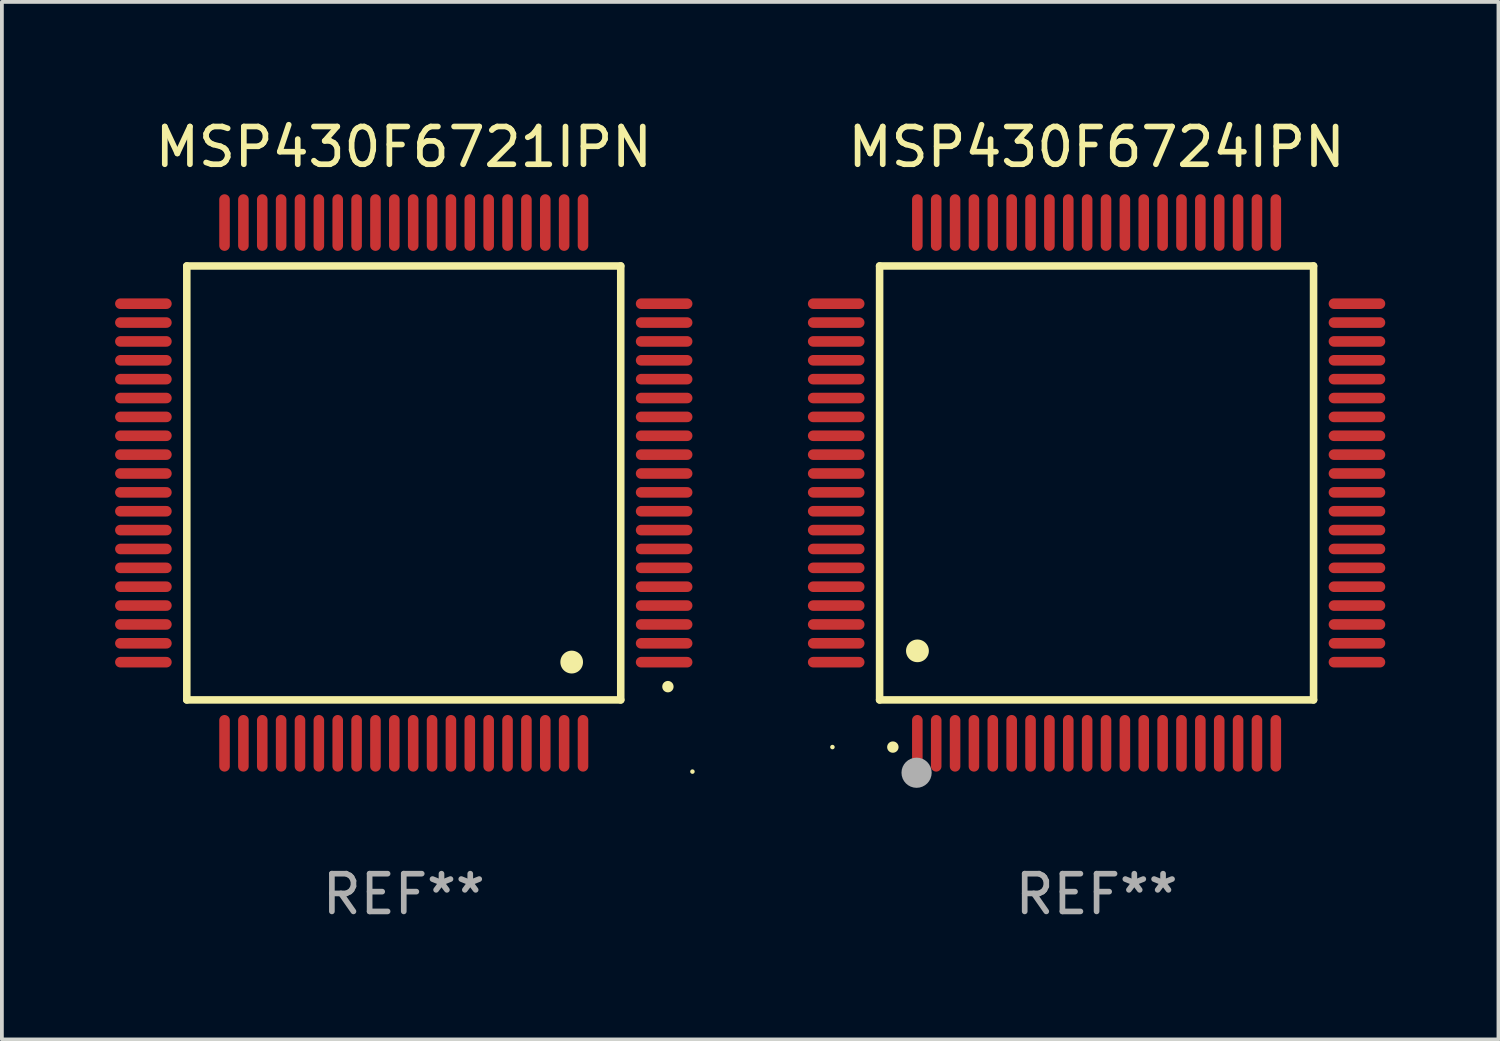
<source format=kicad_pcb>
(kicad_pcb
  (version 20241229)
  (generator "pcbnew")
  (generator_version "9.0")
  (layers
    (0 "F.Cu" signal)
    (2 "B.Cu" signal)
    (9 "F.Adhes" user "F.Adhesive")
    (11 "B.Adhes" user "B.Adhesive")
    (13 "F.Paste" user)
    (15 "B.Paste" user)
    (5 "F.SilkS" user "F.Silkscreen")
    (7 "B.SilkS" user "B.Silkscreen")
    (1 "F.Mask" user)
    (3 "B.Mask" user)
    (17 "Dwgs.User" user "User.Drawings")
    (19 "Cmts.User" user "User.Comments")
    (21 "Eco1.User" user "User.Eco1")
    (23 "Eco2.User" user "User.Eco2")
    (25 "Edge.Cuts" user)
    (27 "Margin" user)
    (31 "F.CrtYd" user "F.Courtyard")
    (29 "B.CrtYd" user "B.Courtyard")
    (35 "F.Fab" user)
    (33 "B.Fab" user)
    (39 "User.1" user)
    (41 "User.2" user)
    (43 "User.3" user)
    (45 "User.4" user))
  (footprint "MSP430F6721IPN"
    (layer "F.Cu")
    (at 7.65 9.748)
    (property "Reference" "MSP430F6721IPN" (at 0 -8.9 0) (layer "F.SilkS") (effects (font (size 1 1) (thickness 0.15))))
    (attr through_hole)
    (fp_line (start -5.75 -5.75) (end 5.75 -5.75) (stroke (width 0.2) (type solid)) (layer "F.SilkS"))
    (fp_line (start -5.75 5.75) (end -5.75 -5.75) (stroke (width 0.2) (type solid)) (layer "F.SilkS"))
    (fp_line (start 5.75 -5.75) (end 5.75 5.75) (stroke (width 0.2) (type solid)) (layer "F.SilkS"))
    (fp_line (start 5.75 5.75) (end -5.75 5.75) (stroke (width 0.2) (type solid)) (layer "F.SilkS"))
    (fp_arc (start 4.450064 4.749733) (mid 4.450053 4.747193) (end 4.450064 4.744653) (stroke (width 0.6) (type solid)) (layer "F.SilkS"))
    (fp_arc (start 7.000229 5.399975) (mid 7.000224 5.398705) (end 7.000229 5.397435) (stroke (width 0.3) (type solid)) (layer "F.SilkS"))
    (fp_circle (center 7.65 7.65) (end 7.68 7.65) (stroke (width 0.06) (type solid)) (fill no) (layer "F.SilkS"))
    (fp_text user "REF**" (at 0 10.9 0) (layer "F.Fab") (effects (font (size 1 1) (thickness 0.15))))
    (pad "1" smd oval (at 6.9 4.75 270) (size 0.28 1.5) (layers "F.Cu" "F.Mask" "F.Paste"))
    (pad "2" smd oval (at 6.9 4.25 270) (size 0.28 1.5) (layers "F.Cu" "F.Mask" "F.Paste"))
    (pad "3" smd oval (at 6.9 3.75 270) (size 0.28 1.5) (layers "F.Cu" "F.Mask" "F.Paste"))
    (pad "4" smd oval (at 6.9 3.25 270) (size 0.28 1.5) (layers "F.Cu" "F.Mask" "F.Paste"))
    (pad "5" smd oval (at 6.9 2.75 270) (size 0.28 1.5) (layers "F.Cu" "F.Mask" "F.Paste"))
    (pad "6" smd oval (at 6.9 2.25 270) (size 0.28 1.5) (layers "F.Cu" "F.Mask" "F.Paste"))
    (pad "7" smd oval (at 6.9 1.75 270) (size 0.28 1.5) (layers "F.Cu" "F.Mask" "F.Paste"))
    (pad "8" smd oval (at 6.9 1.25 270) (size 0.28 1.5) (layers "F.Cu" "F.Mask" "F.Paste"))
    (pad "9" smd oval (at 6.9 0.75 270) (size 0.28 1.5) (layers "F.Cu" "F.Mask" "F.Paste"))
    (pad "10" smd oval (at 6.9 0.25 270) (size 0.28 1.5) (layers "F.Cu" "F.Mask" "F.Paste"))
    (pad "11" smd oval (at 6.9 -0.25 270) (size 0.28 1.5) (layers "F.Cu" "F.Mask" "F.Paste"))
    (pad "12" smd oval (at 6.9 -0.75 270) (size 0.28 1.5) (layers "F.Cu" "F.Mask" "F.Paste"))
    (pad "13" smd oval (at 6.9 -1.25 270) (size 0.28 1.5) (layers "F.Cu" "F.Mask" "F.Paste"))
    (pad "14" smd oval (at 6.9 -1.75 270) (size 0.28 1.5) (layers "F.Cu" "F.Mask" "F.Paste"))
    (pad "15" smd oval (at 6.9 -2.25 270) (size 0.28 1.5) (layers "F.Cu" "F.Mask" "F.Paste"))
    (pad "16" smd oval (at 6.9 -2.75 270) (size 0.28 1.5) (layers "F.Cu" "F.Mask" "F.Paste"))
    (pad "17" smd oval (at 6.9 -3.25 270) (size 0.28 1.5) (layers "F.Cu" "F.Mask" "F.Paste"))
    (pad "18" smd oval (at 6.9 -3.75 270) (size 0.28 1.5) (layers "F.Cu" "F.Mask" "F.Paste"))
    (pad "19" smd oval (at 6.9 -4.25 270) (size 0.28 1.5) (layers "F.Cu" "F.Mask" "F.Paste"))
    (pad "20" smd oval (at 6.9 -4.75 90) (size 0.28 1.5) (layers "F.Cu" "F.Mask" "F.Paste"))
    (pad "21" smd oval (at 4.75 -6.9) (size 0.28 1.5) (layers "F.Cu" "F.Mask" "F.Paste"))
    (pad "22" smd oval (at 4.25 -6.9 180) (size 0.28 1.5) (layers "F.Cu" "F.Mask" "F.Paste"))
    (pad "23" smd oval (at 3.75 -6.9 180) (size 0.28 1.5) (layers "F.Cu" "F.Mask" "F.Paste"))
    (pad "24" smd oval (at 3.25 -6.9 180) (size 0.28 1.5) (layers "F.Cu" "F.Mask" "F.Paste"))
    (pad "25" smd oval (at 2.75 -6.9 180) (size 0.28 1.5) (layers "F.Cu" "F.Mask" "F.Paste"))
    (pad "26" smd oval (at 2.25 -6.9 180) (size 0.28 1.5) (layers "F.Cu" "F.Mask" "F.Paste"))
    (pad "27" smd oval (at 1.75 -6.9 180) (size 0.28 1.5) (layers "F.Cu" "F.Mask" "F.Paste"))
    (pad "28" smd oval (at 1.25 -6.9 180) (size 0.28 1.5) (layers "F.Cu" "F.Mask" "F.Paste"))
    (pad "29" smd oval (at 0.75 -6.9 180) (size 0.28 1.5) (layers "F.Cu" "F.Mask" "F.Paste"))
    (pad "30" smd oval (at 0.25 -6.9 180) (size 0.28 1.5) (layers "F.Cu" "F.Mask" "F.Paste"))
    (pad "31" smd oval (at -0.25 -6.9 180) (size 0.28 1.5) (layers "F.Cu" "F.Mask" "F.Paste"))
    (pad "32" smd oval (at -0.75 -6.9 180) (size 0.28 1.5) (layers "F.Cu" "F.Mask" "F.Paste"))
    (pad "33" smd oval (at -1.25 -6.9 180) (size 0.28 1.5) (layers "F.Cu" "F.Mask" "F.Paste"))
    (pad "34" smd oval (at -1.75 -6.9 180) (size 0.28 1.5) (layers "F.Cu" "F.Mask" "F.Paste"))
    (pad "35" smd oval (at -2.25 -6.9 180) (size 0.28 1.5) (layers "F.Cu" "F.Mask" "F.Paste"))
    (pad "36" smd oval (at -2.75 -6.9 180) (size 0.28 1.5) (layers "F.Cu" "F.Mask" "F.Paste"))
    (pad "37" smd oval (at -3.25 -6.9 180) (size 0.28 1.5) (layers "F.Cu" "F.Mask" "F.Paste"))
    (pad "38" smd oval (at -3.75 -6.9 180) (size 0.28 1.5) (layers "F.Cu" "F.Mask" "F.Paste"))
    (pad "39" smd oval (at -4.25 -6.9 180) (size 0.28 1.5) (layers "F.Cu" "F.Mask" "F.Paste"))
    (pad "40" smd oval (at -4.75 -6.9 180) (size 0.28 1.5) (layers "F.Cu" "F.Mask" "F.Paste"))
    (pad "41" smd oval (at -6.9 -4.75 90) (size 0.28 1.5) (layers "F.Cu" "F.Mask" "F.Paste"))
    (pad "42" smd oval (at -6.9 -4.25 270) (size 0.28 1.5) (layers "F.Cu" "F.Mask" "F.Paste"))
    (pad "43" smd oval (at -6.9 -3.75 270) (size 0.28 1.5) (layers "F.Cu" "F.Mask" "F.Paste"))
    (pad "44" smd oval (at -6.9 -3.25 270) (size 0.28 1.5) (layers "F.Cu" "F.Mask" "F.Paste"))
    (pad "45" smd oval (at -6.9 -2.75 270) (size 0.28 1.5) (layers "F.Cu" "F.Mask" "F.Paste"))
    (pad "46" smd oval (at -6.9 -2.25 270) (size 0.28 1.5) (layers "F.Cu" "F.Mask" "F.Paste"))
    (pad "47" smd oval (at -6.9 -1.75 270) (size 0.28 1.5) (layers "F.Cu" "F.Mask" "F.Paste"))
    (pad "48" smd oval (at -6.9 -1.25 270) (size 0.28 1.5) (layers "F.Cu" "F.Mask" "F.Paste"))
    (pad "49" smd oval (at -6.9 -0.75 270) (size 0.28 1.5) (layers "F.Cu" "F.Mask" "F.Paste"))
    (pad "50" smd oval (at -6.9 -0.25 270) (size 0.28 1.5) (layers "F.Cu" "F.Mask" "F.Paste"))
    (pad "51" smd oval (at -6.9 0.25 270) (size 0.28 1.5) (layers "F.Cu" "F.Mask" "F.Paste"))
    (pad "52" smd oval (at -6.9 0.75 270) (size 0.28 1.5) (layers "F.Cu" "F.Mask" "F.Paste"))
    (pad "53" smd oval (at -6.9 1.25 270) (size 0.28 1.5) (layers "F.Cu" "F.Mask" "F.Paste"))
    (pad "54" smd oval (at -6.9 1.75 270) (size 0.28 1.5) (layers "F.Cu" "F.Mask" "F.Paste"))
    (pad "55" smd oval (at -6.9 2.25 270) (size 0.28 1.5) (layers "F.Cu" "F.Mask" "F.Paste"))
    (pad "56" smd oval (at -6.9 2.75 270) (size 0.28 1.5) (layers "F.Cu" "F.Mask" "F.Paste"))
    (pad "57" smd oval (at -6.9 3.25 270) (size 0.28 1.5) (layers "F.Cu" "F.Mask" "F.Paste"))
    (pad "58" smd oval (at -6.9 3.75 270) (size 0.28 1.5) (layers "F.Cu" "F.Mask" "F.Paste"))
    (pad "59" smd oval (at -6.9 4.25 270) (size 0.28 1.5) (layers "F.Cu" "F.Mask" "F.Paste"))
    (pad "60" smd oval (at -6.9 4.75 270) (size 0.28 1.5) (layers "F.Cu" "F.Mask" "F.Paste"))
    (pad "61" smd oval (at -4.75 6.9 180) (size 0.28 1.5) (layers "F.Cu" "F.Mask" "F.Paste"))
    (pad "62" smd oval (at -4.25 6.9 180) (size 0.28 1.5) (layers "F.Cu" "F.Mask" "F.Paste"))
    (pad "63" smd oval (at -3.75 6.9 180) (size 0.28 1.5) (layers "F.Cu" "F.Mask" "F.Paste"))
    (pad "64" smd oval (at -3.25 6.9 180) (size 0.28 1.5) (layers "F.Cu" "F.Mask" "F.Paste"))
    (pad "65" smd oval (at -2.75 6.9 180) (size 0.28 1.5) (layers "F.Cu" "F.Mask" "F.Paste"))
    (pad "66" smd oval (at -2.25 6.9 180) (size 0.28 1.5) (layers "F.Cu" "F.Mask" "F.Paste"))
    (pad "67" smd oval (at -1.75 6.9 180) (size 0.28 1.5) (layers "F.Cu" "F.Mask" "F.Paste"))
    (pad "68" smd oval (at -1.25 6.9 180) (size 0.28 1.5) (layers "F.Cu" "F.Mask" "F.Paste"))
    (pad "69" smd oval (at -0.75 6.9 180) (size 0.28 1.5) (layers "F.Cu" "F.Mask" "F.Paste"))
    (pad "70" smd oval (at -0.25 6.9 180) (size 0.28 1.5) (layers "F.Cu" "F.Mask" "F.Paste"))
    (pad "71" smd oval (at 0.25 6.9 180) (size 0.28 1.5) (layers "F.Cu" "F.Mask" "F.Paste"))
    (pad "72" smd oval (at 0.75 6.9 180) (size 0.28 1.5) (layers "F.Cu" "F.Mask" "F.Paste"))
    (pad "73" smd oval (at 1.25 6.9 180) (size 0.28 1.5) (layers "F.Cu" "F.Mask" "F.Paste"))
    (pad "74" smd oval (at 1.75 6.9 180) (size 0.28 1.5) (layers "F.Cu" "F.Mask" "F.Paste"))
    (pad "75" smd oval (at 2.25 6.9 180) (size 0.28 1.5) (layers "F.Cu" "F.Mask" "F.Paste"))
    (pad "76" smd oval (at 2.75 6.9 180) (size 0.28 1.5) (layers "F.Cu" "F.Mask" "F.Paste"))
    (pad "77" smd oval (at 3.25 6.9 180) (size 0.28 1.5) (layers "F.Cu" "F.Mask" "F.Paste"))
    (pad "78" smd oval (at 3.75 6.9 180) (size 0.28 1.5) (layers "F.Cu" "F.Mask" "F.Paste"))
    (pad "79" smd oval (at 4.25 6.9 180) (size 0.28 1.5) (layers "F.Cu" "F.Mask" "F.Paste"))
    (pad "80" smd oval (at 4.75 6.9) (size 0.28 1.5) (layers "F.Cu" "F.Mask" "F.Paste")))
  (footprint "MSP430F6724IPN"
    (layer "F.Cu")
    (at 26.01 9.748)
    (property "Reference" "MSP430F6724IPN" (at 0 -8.9 0) (layer "F.SilkS") (effects (font (size 1 1) (thickness 0.15))))
    (attr through_hole)
    (fp_line (start -5.75 -5.75) (end 5.75 -5.75) (stroke (width 0.2) (type solid)) (layer "F.SilkS"))
    (fp_line (start -5.75 5.75) (end -5.75 -5.75) (stroke (width 0.2) (type solid)) (layer "F.SilkS"))
    (fp_line (start 5.75 -5.75) (end 5.75 5.75) (stroke (width 0.2) (type solid)) (layer "F.SilkS"))
    (fp_line (start 5.75 5.75) (end -5.75 5.75) (stroke (width 0.2) (type solid)) (layer "F.SilkS"))
    (fp_arc (start -5.400051 7.000254) (mid -5.398781 7.000249) (end -5.397511 7.000254) (stroke (width 0.3) (type solid)) (layer "F.SilkS"))
    (fp_arc (start -4.749809 4.450089) (mid -4.747269 4.450078) (end -4.744729 4.450089) (stroke (width 0.6) (type solid)) (layer "F.SilkS"))
    (fp_circle (center -7 7) (end -6.97 7) (stroke (width 0.06) (type solid)) (fill no) (layer "F.SilkS"))
    (fp_circle (center -4.77 7.68) (end -4.57 7.68) (stroke (width 0.4) (type solid)) (fill no) (layer "F.Fab"))
    (fp_text user "REF**" (at 0 10.9 0) (layer "F.Fab") (effects (font (size 1 1) (thickness 0.15))))
    (pad "1" smd oval (at -4.75 6.9) (size 0.28 1.5) (layers "F.Cu" "F.Mask" "F.Paste"))
    (pad "2" smd oval (at -4.25 6.9) (size 0.28 1.5) (layers "F.Cu" "F.Mask" "F.Paste"))
    (pad "3" smd oval (at -3.75 6.9) (size 0.28 1.5) (layers "F.Cu" "F.Mask" "F.Paste"))
    (pad "4" smd oval (at -3.25 6.9) (size 0.28 1.5) (layers "F.Cu" "F.Mask" "F.Paste"))
    (pad "5" smd oval (at -2.75 6.9) (size 0.28 1.5) (layers "F.Cu" "F.Mask" "F.Paste"))
    (pad "6" smd oval (at -2.25 6.9) (size 0.28 1.5) (layers "F.Cu" "F.Mask" "F.Paste"))
    (pad "7" smd oval (at -1.75 6.9) (size 0.28 1.5) (layers "F.Cu" "F.Mask" "F.Paste"))
    (pad "8" smd oval (at -1.25 6.9) (size 0.28 1.5) (layers "F.Cu" "F.Mask" "F.Paste"))
    (pad "9" smd oval (at -0.75 6.9) (size 0.28 1.5) (layers "F.Cu" "F.Mask" "F.Paste"))
    (pad "10" smd oval (at -0.25 6.9) (size 0.28 1.5) (layers "F.Cu" "F.Mask" "F.Paste"))
    (pad "11" smd oval (at 0.25 6.9) (size 0.28 1.5) (layers "F.Cu" "F.Mask" "F.Paste"))
    (pad "12" smd oval (at 0.75 6.9) (size 0.28 1.5) (layers "F.Cu" "F.Mask" "F.Paste"))
    (pad "13" smd oval (at 1.25 6.9) (size 0.28 1.5) (layers "F.Cu" "F.Mask" "F.Paste"))
    (pad "14" smd oval (at 1.75 6.9) (size 0.28 1.5) (layers "F.Cu" "F.Mask" "F.Paste"))
    (pad "15" smd oval (at 2.25 6.9) (size 0.28 1.5) (layers "F.Cu" "F.Mask" "F.Paste"))
    (pad "16" smd oval (at 2.75 6.9) (size 0.28 1.5) (layers "F.Cu" "F.Mask" "F.Paste"))
    (pad "17" smd oval (at 3.25 6.9) (size 0.28 1.5) (layers "F.Cu" "F.Mask" "F.Paste"))
    (pad "18" smd oval (at 3.75 6.9) (size 0.28 1.5) (layers "F.Cu" "F.Mask" "F.Paste"))
    (pad "19" smd oval (at 4.25 6.9) (size 0.28 1.5) (layers "F.Cu" "F.Mask" "F.Paste"))
    (pad "20" smd oval (at 4.75 6.9) (size 0.28 1.5) (layers "F.Cu" "F.Mask" "F.Paste"))
    (pad "21" smd oval (at 6.9 4.75) (size 1.5 0.28) (layers "F.Cu" "F.Mask" "F.Paste"))
    (pad "22" smd oval (at 6.9 4.25) (size 1.5 0.28) (layers "F.Cu" "F.Mask" "F.Paste"))
    (pad "23" smd oval (at 6.9 3.75) (size 1.5 0.28) (layers "F.Cu" "F.Mask" "F.Paste"))
    (pad "24" smd oval (at 6.9 3.25) (size 1.5 0.28) (layers "F.Cu" "F.Mask" "F.Paste"))
    (pad "25" smd oval (at 6.9 2.75) (size 1.5 0.28) (layers "F.Cu" "F.Mask" "F.Paste"))
    (pad "26" smd oval (at 6.9 2.25) (size 1.5 0.28) (layers "F.Cu" "F.Mask" "F.Paste"))
    (pad "27" smd oval (at 6.9 1.75) (size 1.5 0.28) (layers "F.Cu" "F.Mask" "F.Paste"))
    (pad "28" smd oval (at 6.9 1.25) (size 1.5 0.28) (layers "F.Cu" "F.Mask" "F.Paste"))
    (pad "29" smd oval (at 6.9 0.75) (size 1.5 0.28) (layers "F.Cu" "F.Mask" "F.Paste"))
    (pad "30" smd oval (at 6.9 0.25) (size 1.5 0.28) (layers "F.Cu" "F.Mask" "F.Paste"))
    (pad "31" smd oval (at 6.9 -0.25) (size 1.5 0.28) (layers "F.Cu" "F.Mask" "F.Paste"))
    (pad "32" smd oval (at 6.9 -0.75) (size 1.5 0.28) (layers "F.Cu" "F.Mask" "F.Paste"))
    (pad "33" smd oval (at 6.9 -1.25) (size 1.5 0.28) (layers "F.Cu" "F.Mask" "F.Paste"))
    (pad "34" smd oval (at 6.9 -1.75) (size 1.5 0.28) (layers "F.Cu" "F.Mask" "F.Paste"))
    (pad "35" smd oval (at 6.9 -2.25) (size 1.5 0.28) (layers "F.Cu" "F.Mask" "F.Paste"))
    (pad "36" smd oval (at 6.9 -2.75) (size 1.5 0.28) (layers "F.Cu" "F.Mask" "F.Paste"))
    (pad "37" smd oval (at 6.9 -3.25) (size 1.5 0.28) (layers "F.Cu" "F.Mask" "F.Paste"))
    (pad "38" smd oval (at 6.9 -3.75) (size 1.5 0.28) (layers "F.Cu" "F.Mask" "F.Paste"))
    (pad "39" smd oval (at 6.9 -4.25) (size 1.5 0.28) (layers "F.Cu" "F.Mask" "F.Paste"))
    (pad "40" smd oval (at 6.9 -4.75) (size 1.5 0.28) (layers "F.Cu" "F.Mask" "F.Paste"))
    (pad "41" smd oval (at 4.75 -6.9) (size 0.28 1.5) (layers "F.Cu" "F.Mask" "F.Paste"))
    (pad "42" smd oval (at 4.25 -6.9) (size 0.28 1.5) (layers "F.Cu" "F.Mask" "F.Paste"))
    (pad "43" smd oval (at 3.75 -6.9) (size 0.28 1.5) (layers "F.Cu" "F.Mask" "F.Paste"))
    (pad "44" smd oval (at 3.25 -6.9) (size 0.28 1.5) (layers "F.Cu" "F.Mask" "F.Paste"))
    (pad "45" smd oval (at 2.75 -6.9) (size 0.28 1.5) (layers "F.Cu" "F.Mask" "F.Paste"))
    (pad "46" smd oval (at 2.25 -6.9) (size 0.28 1.5) (layers "F.Cu" "F.Mask" "F.Paste"))
    (pad "47" smd oval (at 1.75 -6.9) (size 0.28 1.5) (layers "F.Cu" "F.Mask" "F.Paste"))
    (pad "48" smd oval (at 1.25 -6.9) (size 0.28 1.5) (layers "F.Cu" "F.Mask" "F.Paste"))
    (pad "49" smd oval (at 0.75 -6.9) (size 0.28 1.5) (layers "F.Cu" "F.Mask" "F.Paste"))
    (pad "50" smd oval (at 0.25 -6.9) (size 0.28 1.5) (layers "F.Cu" "F.Mask" "F.Paste"))
    (pad "51" smd oval (at -0.25 -6.9) (size 0.28 1.5) (layers "F.Cu" "F.Mask" "F.Paste"))
    (pad "52" smd oval (at -0.75 -6.9) (size 0.28 1.5) (layers "F.Cu" "F.Mask" "F.Paste"))
    (pad "53" smd oval (at -1.25 -6.9) (size 0.28 1.5) (layers "F.Cu" "F.Mask" "F.Paste"))
    (pad "54" smd oval (at -1.75 -6.9) (size 0.28 1.5) (layers "F.Cu" "F.Mask" "F.Paste"))
    (pad "55" smd oval (at -2.25 -6.9) (size 0.28 1.5) (layers "F.Cu" "F.Mask" "F.Paste"))
    (pad "56" smd oval (at -2.75 -6.9) (size 0.28 1.5) (layers "F.Cu" "F.Mask" "F.Paste"))
    (pad "57" smd oval (at -3.25 -6.9) (size 0.28 1.5) (layers "F.Cu" "F.Mask" "F.Paste"))
    (pad "58" smd oval (at -3.75 -6.9) (size 0.28 1.5) (layers "F.Cu" "F.Mask" "F.Paste"))
    (pad "59" smd oval (at -4.25 -6.9) (size 0.28 1.5) (layers "F.Cu" "F.Mask" "F.Paste"))
    (pad "60" smd oval (at -4.75 -6.9) (size 0.28 1.5) (layers "F.Cu" "F.Mask" "F.Paste"))
    (pad "61" smd oval (at -6.9 -4.75) (size 1.5 0.28) (layers "F.Cu" "F.Mask" "F.Paste"))
    (pad "62" smd oval (at -6.9 -4.25) (size 1.5 0.28) (layers "F.Cu" "F.Mask" "F.Paste"))
    (pad "63" smd oval (at -6.9 -3.75) (size 1.5 0.28) (layers "F.Cu" "F.Mask" "F.Paste"))
    (pad "64" smd oval (at -6.9 -3.25) (size 1.5 0.28) (layers "F.Cu" "F.Mask" "F.Paste"))
    (pad "65" smd oval (at -6.9 -2.75) (size 1.5 0.28) (layers "F.Cu" "F.Mask" "F.Paste"))
    (pad "66" smd oval (at -6.9 -2.25) (size 1.5 0.28) (layers "F.Cu" "F.Mask" "F.Paste"))
    (pad "67" smd oval (at -6.9 -1.75) (size 1.5 0.28) (layers "F.Cu" "F.Mask" "F.Paste"))
    (pad "68" smd oval (at -6.9 -1.25) (size 1.5 0.28) (layers "F.Cu" "F.Mask" "F.Paste"))
    (pad "69" smd oval (at -6.9 -0.75) (size 1.5 0.28) (layers "F.Cu" "F.Mask" "F.Paste"))
    (pad "70" smd oval (at -6.9 -0.25) (size 1.5 0.28) (layers "F.Cu" "F.Mask" "F.Paste"))
    (pad "71" smd oval (at -6.9 0.25) (size 1.5 0.28) (layers "F.Cu" "F.Mask" "F.Paste"))
    (pad "72" smd oval (at -6.9 0.75) (size 1.5 0.28) (layers "F.Cu" "F.Mask" "F.Paste"))
    (pad "73" smd oval (at -6.9 1.25) (size 1.5 0.28) (layers "F.Cu" "F.Mask" "F.Paste"))
    (pad "74" smd oval (at -6.9 1.75) (size 1.5 0.28) (layers "F.Cu" "F.Mask" "F.Paste"))
    (pad "75" smd oval (at -6.9 2.25) (size 1.5 0.28) (layers "F.Cu" "F.Mask" "F.Paste"))
    (pad "76" smd oval (at -6.9 2.75) (size 1.5 0.28) (layers "F.Cu" "F.Mask" "F.Paste"))
    (pad "77" smd oval (at -6.9 3.25) (size 1.5 0.28) (layers "F.Cu" "F.Mask" "F.Paste"))
    (pad "78" smd oval (at -6.9 3.75) (size 1.5 0.28) (layers "F.Cu" "F.Mask" "F.Paste"))
    (pad "79" smd oval (at -6.9 4.25) (size 1.5 0.28) (layers "F.Cu" "F.Mask" "F.Paste"))
    (pad "80" smd oval (at -6.9 4.75) (size 1.5 0.28) (layers "F.Cu" "F.Mask" "F.Paste")))
  (gr_rect
    (start -3 -3)
    (end 36.66 24.496)
    (stroke (width 0.1) (type default))
    (fill no)
    (layer "Edge.Cuts")))
</source>
